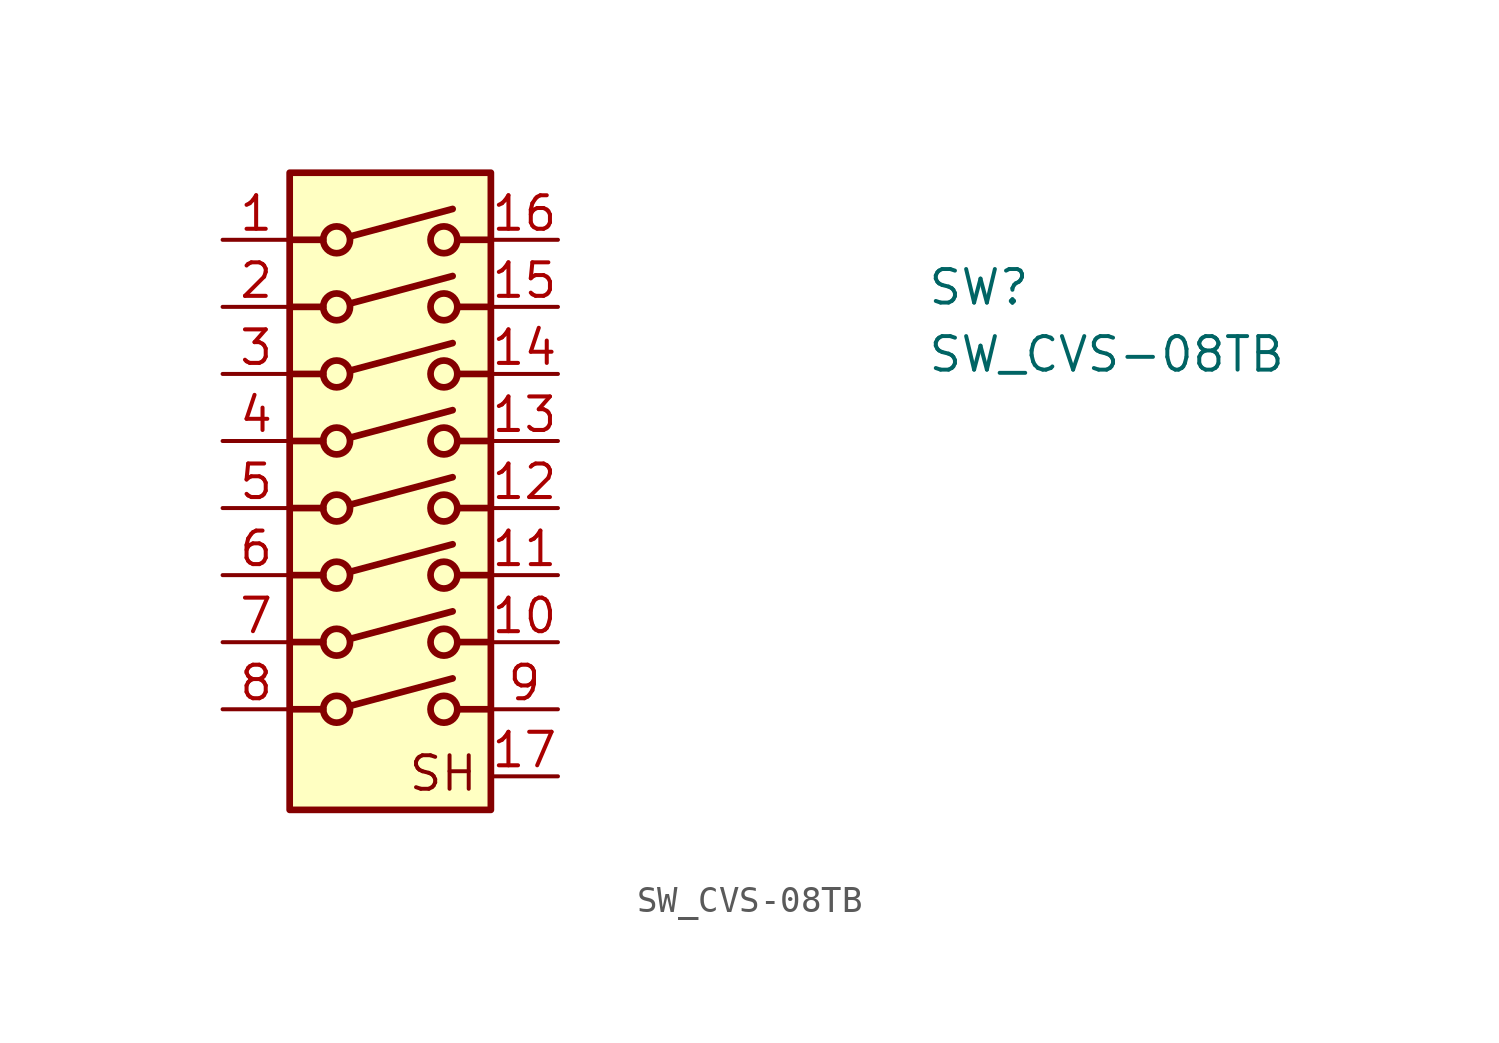
<source format=kicad_sym>
(kicad_symbol_lib
  (version 20211014)
  (generator kicad_symbol_editor)
  (symbol "SW_CVS-08TB"
    (pin_names hide)
    (property "Reference" "SW"
      (at 26.67 -2.54 0)
      (effects (font (size 1.27 1.27) (thickness 0.15)) (justify left bottom)))
    (property "Value" "SW_CVS-08TB"
      (at 26.67 -5.08 0)
      (effects (font (size 1.27 1.27) (thickness 0.15)) (justify left bottom)))
    (symbol "SW_CVS-08TB_1_1"
      (polyline (pts (xy 2.54 -17.78) (xy 3.81 -17.78)) (stroke (width 0.254) (type default) (color 0 0 0 0)) (fill (type none)))
      (polyline (pts (xy 2.54 -12.7) (xy 3.81 -12.7)) (stroke (width 0.254) (type default) (color 0 0 0 0)) (fill (type none)))
      (polyline (pts (xy 2.54 -10.16) (xy 3.81 -10.16)) (stroke (width 0.254) (type default) (color 0 0 0 0)) (fill (type none)))
      (polyline (pts (xy 2.54 -7.62) (xy 3.81 -7.62)) (stroke (width 0.254) (type default) (color 0 0 0 0)) (fill (type none)))
      (polyline (pts (xy 2.54 -5.08) (xy 3.81 -5.08)) (stroke (width 0.254) (type default) (color 0 0 0 0)) (fill (type none)))
      (polyline (pts (xy 2.54 -2.54) (xy 3.81 -2.54)) (stroke (width 0.254) (type default) (color 0 0 0 0)) (fill (type none)))
      (polyline (pts (xy 2.54 0) (xy 3.81 0)) (stroke (width 0.254) (type default) (color 0 0 0 0)) (fill (type none)))
      (polyline (pts (xy 2.543 -15.235) (xy 3.813 -15.235)) (stroke (width 0.254) (type default) (color 0 0 0 0)) (fill (type none)))
      (polyline (pts (xy 4.826 -17.653) (xy 8.712 -16.612)) (stroke (width 0.254) (type default) (color 0 0 0 0)) (fill (type none)))
      (polyline (pts (xy 4.826 -15.113) (xy 8.712 -14.072)) (stroke (width 0.254) (type default) (color 0 0 0 0)) (fill (type none)))
      (polyline (pts (xy 4.826 -12.573) (xy 8.712 -11.532)) (stroke (width 0.254) (type default) (color 0 0 0 0)) (fill (type none)))
      (polyline (pts (xy 4.826 -10.033) (xy 8.712 -8.992)) (stroke (width 0.254) (type default) (color 0 0 0 0)) (fill (type none)))
      (polyline (pts (xy 4.826 -7.493) (xy 8.712 -6.452)) (stroke (width 0.254) (type default) (color 0 0 0 0)) (fill (type none)))
      (polyline (pts (xy 4.826 -4.953) (xy 8.712 -3.912)) (stroke (width 0.254) (type default) (color 0 0 0 0)) (fill (type none)))
      (polyline (pts (xy 4.826 -2.413) (xy 8.712 -1.372)) (stroke (width 0.254) (type default) (color 0 0 0 0)) (fill (type none)))
      (polyline (pts (xy 4.826 0.127) (xy 8.712 1.168)) (stroke (width 0.254) (type default) (color 0 0 0 0)) (fill (type none)))
      (polyline (pts (xy 8.89 -17.78) (xy 10.16 -17.78)) (stroke (width 0.254) (type default) (color 0 0 0 0)) (fill (type none)))
      (polyline (pts (xy 8.89 -12.7) (xy 10.16 -12.7)) (stroke (width 0.254) (type default) (color 0 0 0 0)) (fill (type none)))
      (polyline (pts (xy 8.89 -10.16) (xy 10.16 -10.16)) (stroke (width 0.254) (type default) (color 0 0 0 0)) (fill (type none)))
      (polyline (pts (xy 8.89 -7.62) (xy 10.16 -7.62)) (stroke (width 0.254) (type default) (color 0 0 0 0)) (fill (type none)))
      (polyline (pts (xy 8.89 -5.08) (xy 10.16 -5.08)) (stroke (width 0.254) (type default) (color 0 0 0 0)) (fill (type none)))
      (polyline (pts (xy 8.89 -2.54) (xy 10.16 -2.54)) (stroke (width 0.254) (type default) (color 0 0 0 0)) (fill (type none)))
      (polyline (pts (xy 8.89 0) (xy 10.16 0)) (stroke (width 0.254) (type default) (color 0 0 0 0)) (fill (type none)))
      (polyline (pts (xy 8.893 -15.235) (xy 10.164 -15.235)) (stroke (width 0.254) (type default) (color 0 0 0 0)) (fill (type none)))
      (rectangle (start 2.54 2.54) (end 10.16 -21.59) (stroke (width 0.254) (type default) (color 0 0 0 0)) (fill (type background)))
      (circle (center 4.318 -17.78) (radius 0.508) (stroke (width 0.254) (type default) (color 0 0 0 0)) (fill (type none)))
      (circle (center 4.318 -15.24) (radius 0.508) (stroke (width 0.254) (type default) (color 0 0 0 0)) (fill (type none)))
      (circle (center 4.318 -12.7) (radius 0.508) (stroke (width 0.254) (type default) (color 0 0 0 0)) (fill (type none)))
      (circle (center 4.318 -10.16) (radius 0.508) (stroke (width 0.254) (type default) (color 0 0 0 0)) (fill (type none)))
      (circle (center 4.318 -7.62) (radius 0.508) (stroke (width 0.254) (type default) (color 0 0 0 0)) (fill (type none)))
      (circle (center 4.318 -5.08) (radius 0.508) (stroke (width 0.254) (type default) (color 0 0 0 0)) (fill (type none)))
      (circle (center 4.318 -2.54) (radius 0.508) (stroke (width 0.254) (type default) (color 0 0 0 0)) (fill (type none)))
      (circle (center 4.318 0) (radius 0.508) (stroke (width 0.254) (type default) (color 0 0 0 0)) (fill (type none)))
      (circle (center 8.382 -17.78) (radius 0.508) (stroke (width 0.254) (type default) (color 0 0 0 0)) (fill (type none)))
      (circle (center 8.382 -15.24) (radius 0.508) (stroke (width 0.254) (type default) (color 0 0 0 0)) (fill (type none)))
      (circle (center 8.382 -12.7) (radius 0.508) (stroke (width 0.254) (type default) (color 0 0 0 0)) (fill (type none)))
      (circle (center 8.382 -10.16) (radius 0.508) (stroke (width 0.254) (type default) (color 0 0 0 0)) (fill (type none)))
      (circle (center 8.382 -7.62) (radius 0.508) (stroke (width 0.254) (type default) (color 0 0 0 0)) (fill (type none)))
      (circle (center 8.382 -5.08) (radius 0.508) (stroke (width 0.254) (type default) (color 0 0 0 0)) (fill (type none)))
      (circle (center 8.382 -2.54) (radius 0.508) (stroke (width 0.254) (type default) (color 0 0 0 0)) (fill (type none)))
      (circle (center 8.382 0) (radius 0.508) (stroke (width 0.254) (type default) (color 0 0 0 0)) (fill (type none)))
      (text "SH" (at 6.985 -20.955 0) (effects (font (size 1.27 1.27) (thickness 0.15)) (justify left bottom)))
      (pin passive line (at 0 0 0) (length 2.54) (name "1" (effects (font (size 1.27 1.27)))) (number "1" (effects (font (size 1.27 1.27)))))
      (pin passive line (at 12.7 -15.24 180) (length 2.54) (name "10" (effects (font (size 1.27 1.27)))) (number "10" (effects (font (size 1.27 1.27)))))
      (pin passive line (at 12.7 -12.7 180) (length 2.54) (name "11" (effects (font (size 1.27 1.27)))) (number "11" (effects (font (size 1.27 1.27)))))
      (pin passive line (at 12.7 -10.16 180) (length 2.54) (name "12" (effects (font (size 1.27 1.27)))) (number "12" (effects (font (size 1.27 1.27)))))
      (pin passive line (at 12.7 -7.62 180) (length 2.54) (name "13" (effects (font (size 1.27 1.27)))) (number "13" (effects (font (size 1.27 1.27)))))
      (pin passive line (at 12.7 -5.08 180) (length 2.54) (name "14" (effects (font (size 1.27 1.27)))) (number "14" (effects (font (size 1.27 1.27)))))
      (pin passive line (at 12.7 -2.54 180) (length 2.54) (name "15" (effects (font (size 1.27 1.27)))) (number "15" (effects (font (size 1.27 1.27)))))
      (pin passive line (at 12.7 0 180) (length 2.54) (name "16" (effects (font (size 1.27 1.27)))) (number "16" (effects (font (size 1.27 1.27)))))
      (pin power_in line (at 12.7 -20.32 180) (length 2.54) (name "17" (effects (font (size 1.27 1.27)))) (number "17" (effects (font (size 1.27 1.27)))))
      (pin passive line (at 0 -2.54 0) (length 2.54) (name "2" (effects (font (size 1.27 1.27)))) (number "2" (effects (font (size 1.27 1.27)))))
      (pin passive line (at 0 -5.08 0) (length 2.54) (name "3" (effects (font (size 1.27 1.27)))) (number "3" (effects (font (size 1.27 1.27)))))
      (pin passive line (at 0 -7.62 0) (length 2.54) (name "4" (effects (font (size 1.27 1.27)))) (number "4" (effects (font (size 1.27 1.27)))))
      (pin passive line (at 0 -10.16 0) (length 2.54) (name "5" (effects (font (size 1.27 1.27)))) (number "5" (effects (font (size 1.27 1.27)))))
      (pin passive line (at 0 -12.7 0) (length 2.54) (name "6" (effects (font (size 1.27 1.27)))) (number "6" (effects (font (size 1.27 1.27)))))
      (pin passive line (at 0 -15.24 0) (length 2.54) (name "7" (effects (font (size 1.27 1.27)))) (number "7" (effects (font (size 1.27 1.27)))))
      (pin passive line (at 0 -17.78 0) (length 2.54) (name "8" (effects (font (size 1.27 1.27)))) (number "8" (effects (font (size 1.27 1.27)))))
      (pin passive line (at 12.7 -17.78 180) (length 2.54) (name "9" (effects (font (size 1.27 1.27)))) (number "9" (effects (font (size 1.27 1.27))))))))
</source>
